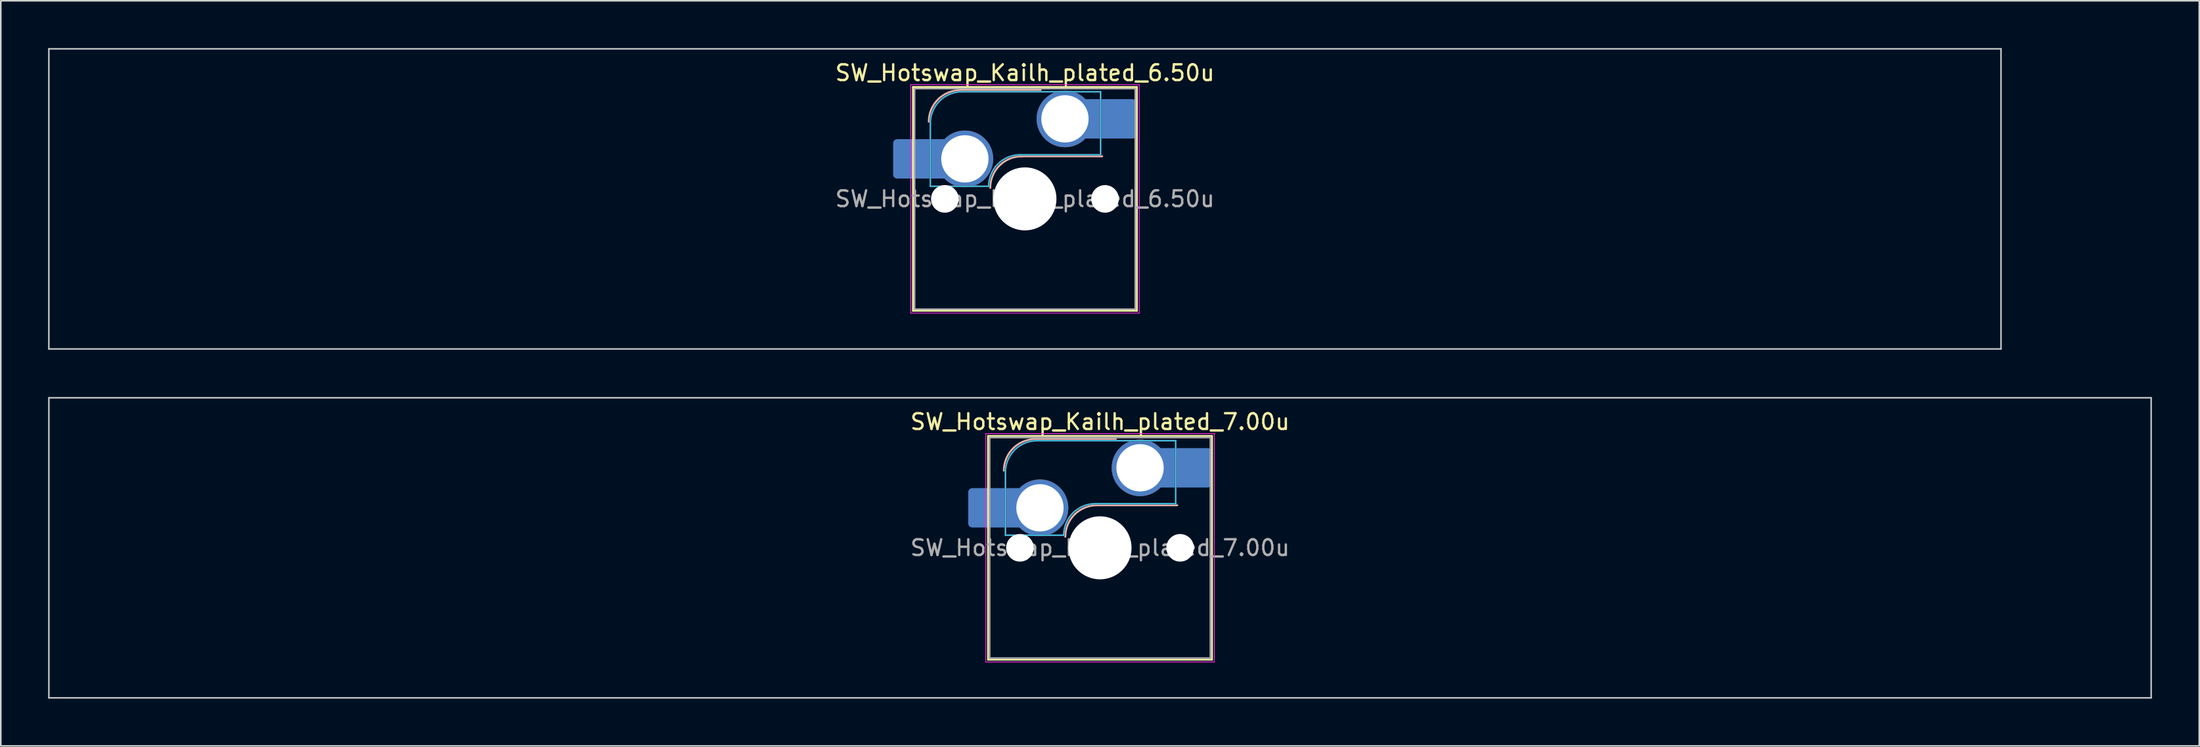
<source format=kicad_pcb>
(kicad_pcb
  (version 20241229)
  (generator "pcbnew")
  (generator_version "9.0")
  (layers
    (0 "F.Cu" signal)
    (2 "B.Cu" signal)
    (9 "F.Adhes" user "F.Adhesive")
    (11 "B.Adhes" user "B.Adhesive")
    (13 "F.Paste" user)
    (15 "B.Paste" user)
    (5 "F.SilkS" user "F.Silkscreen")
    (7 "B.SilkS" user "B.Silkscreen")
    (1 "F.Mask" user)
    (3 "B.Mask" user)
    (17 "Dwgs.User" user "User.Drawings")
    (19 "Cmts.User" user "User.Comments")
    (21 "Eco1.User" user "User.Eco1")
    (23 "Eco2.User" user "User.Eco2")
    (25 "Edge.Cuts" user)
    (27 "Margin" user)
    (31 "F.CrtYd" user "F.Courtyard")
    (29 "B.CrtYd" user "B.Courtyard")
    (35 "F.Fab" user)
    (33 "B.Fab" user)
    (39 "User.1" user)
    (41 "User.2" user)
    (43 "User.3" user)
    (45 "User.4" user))
  (footprint "SW_Hotswap_Kailh_plated_6.50u"
    (layer "F.Cu")
    (at 61.962 9.575)
    (property "Reference" "SW_Hotswap_Kailh_plated_6.50u" (at 0 -8 0) (layer "F.SilkS") (effects (font (size 1 1) (thickness 0.15))))
    (attr smd)
    (fp_line (start -7.1 -7.1) (end -7.1 7.1) (stroke (width 0.12) (type solid)) (layer "F.SilkS"))
    (fp_line (start -7.1 7.1) (end 7.1 7.1) (stroke (width 0.12) (type solid)) (layer "F.SilkS"))
    (fp_line (start 7.1 -7.1) (end -7.1 -7.1) (stroke (width 0.12) (type solid)) (layer "F.SilkS"))
    (fp_line (start 7.1 7.1) (end 7.1 -7.1) (stroke (width 0.12) (type solid)) (layer "F.SilkS"))
    (fp_line (start -4.1 -6.9) (end 1 -6.9) (stroke (width 0.12) (type solid)) (layer "B.SilkS"))
    (fp_line (start -0.2 -2.7) (end 4.9 -2.7) (stroke (width 0.12) (type solid)) (layer "B.SilkS"))
    (fp_arc (start -6.1 -4.9) (mid -5.514214 -6.314214) (end -4.1 -6.9) (stroke (width 0.12) (type solid)) (layer "B.SilkS"))
    (fp_arc (start -2.2 -0.7) (mid -1.614214 -2.114214) (end -0.2 -2.7) (stroke (width 0.12) (type solid)) (layer "B.SilkS"))
    (fp_line (start -61.913 -9.525) (end -61.913 9.525) (stroke (width 0.1) (type solid)) (layer "Dwgs.User"))
    (fp_line (start -61.913 9.525) (end 61.913 9.525) (stroke (width 0.1) (type solid)) (layer "Dwgs.User"))
    (fp_line (start 61.913 -9.525) (end -61.913 -9.525) (stroke (width 0.1) (type solid)) (layer "Dwgs.User"))
    (fp_line (start 61.913 9.525) (end 61.913 -9.525) (stroke (width 0.1) (type solid)) (layer "Dwgs.User"))
    (fp_line (start -7.8 -6) (end -7 -6) (stroke (width 0.1) (type solid)) (layer "Eco1.User"))
    (fp_line (start -7.8 -2.9) (end -7.8 -6) (stroke (width 0.1) (type solid)) (layer "Eco1.User"))
    (fp_line (start -7.8 2.9) (end -7 2.9) (stroke (width 0.1) (type solid)) (layer "Eco1.User"))
    (fp_line (start -7.8 6) (end -7.8 2.9) (stroke (width 0.1) (type solid)) (layer "Eco1.User"))
    (fp_line (start -7 -7) (end 7 -7) (stroke (width 0.1) (type solid)) (layer "Eco1.User"))
    (fp_line (start -7 -6) (end -7 -7) (stroke (width 0.1) (type solid)) (layer "Eco1.User"))
    (fp_line (start -7 -2.9) (end -7.8 -2.9) (stroke (width 0.1) (type solid)) (layer "Eco1.User"))
    (fp_line (start -7 2.9) (end -7 -2.9) (stroke (width 0.1) (type solid)) (layer "Eco1.User"))
    (fp_line (start -7 6) (end -7.8 6) (stroke (width 0.1) (type solid)) (layer "Eco1.User"))
    (fp_line (start -7 7) (end -7 6) (stroke (width 0.1) (type solid)) (layer "Eco1.User"))
    (fp_line (start 7 -7) (end 7 -6) (stroke (width 0.1) (type solid)) (layer "Eco1.User"))
    (fp_line (start 7 -6) (end 7.8 -6) (stroke (width 0.1) (type solid)) (layer "Eco1.User"))
    (fp_line (start 7 -2.9) (end 7 2.9) (stroke (width 0.1) (type solid)) (layer "Eco1.User"))
    (fp_line (start 7 2.9) (end 7.8 2.9) (stroke (width 0.1) (type solid)) (layer "Eco1.User"))
    (fp_line (start 7 6) (end 7 7) (stroke (width 0.1) (type solid)) (layer "Eco1.User"))
    (fp_line (start 7 7) (end -7 7) (stroke (width 0.1) (type solid)) (layer "Eco1.User"))
    (fp_line (start 7.8 -6) (end 7.8 -2.9) (stroke (width 0.1) (type solid)) (layer "Eco1.User"))
    (fp_line (start 7.8 -2.9) (end 7 -2.9) (stroke (width 0.1) (type solid)) (layer "Eco1.User"))
    (fp_line (start 7.8 2.9) (end 7.8 6) (stroke (width 0.1) (type solid)) (layer "Eco1.User"))
    (fp_line (start 7.8 6) (end 7 6) (stroke (width 0.1) (type solid)) (layer "Eco1.User"))
    (fp_line (start -6 -0.8) (end -6 -4.8) (stroke (width 0.05) (type solid)) (layer "B.CrtYd"))
    (fp_line (start -6 -0.8) (end -2.3 -0.8) (stroke (width 0.05) (type solid)) (layer "B.CrtYd"))
    (fp_line (start -4 -6.8) (end 4.8 -6.8) (stroke (width 0.05) (type solid)) (layer "B.CrtYd"))
    (fp_line (start -0.3 -2.8) (end 4.8 -2.8) (stroke (width 0.05) (type solid)) (layer "B.CrtYd"))
    (fp_line (start 4.8 -6.8) (end 4.8 -2.8) (stroke (width 0.05) (type solid)) (layer "B.CrtYd"))
    (fp_arc (start -6 -4.8) (mid -5.414214 -6.214214) (end -4 -6.8) (stroke (width 0.05) (type solid)) (layer "B.CrtYd"))
    (fp_arc (start -2.3 -0.8) (mid -1.714214 -2.214214) (end -0.3 -2.8) (stroke (width 0.05) (type solid)) (layer "B.CrtYd"))
    (fp_line (start -7.25 -7.25) (end -7.25 7.25) (stroke (width 0.05) (type solid)) (layer "F.CrtYd"))
    (fp_line (start -7.25 7.25) (end 7.25 7.25) (stroke (width 0.05) (type solid)) (layer "F.CrtYd"))
    (fp_line (start 7.25 -7.25) (end -7.25 -7.25) (stroke (width 0.05) (type solid)) (layer "F.CrtYd"))
    (fp_line (start 7.25 7.25) (end 7.25 -7.25) (stroke (width 0.05) (type solid)) (layer "F.CrtYd"))
    (fp_line (start -6 -0.8) (end -6 -4.8) (stroke (width 0.12) (type solid)) (layer "B.Fab"))
    (fp_line (start -6 -0.8) (end -2.3 -0.8) (stroke (width 0.12) (type solid)) (layer "B.Fab"))
    (fp_line (start -4 -6.8) (end 4.8 -6.8) (stroke (width 0.12) (type solid)) (layer "B.Fab"))
    (fp_line (start -0.3 -2.8) (end 4.8 -2.8) (stroke (width 0.12) (type solid)) (layer "B.Fab"))
    (fp_line (start 4.8 -6.8) (end 4.8 -2.8) (stroke (width 0.12) (type solid)) (layer "B.Fab"))
    (fp_arc (start -6 -4.8) (mid -5.414214 -6.214214) (end -4 -6.8) (stroke (width 0.12) (type solid)) (layer "B.Fab"))
    (fp_arc (start -2.3 -0.8) (mid -1.714214 -2.214214) (end -0.3 -2.8) (stroke (width 0.12) (type solid)) (layer "B.Fab"))
    (fp_line (start -7 -7) (end -7 7) (stroke (width 0.1) (type solid)) (layer "F.Fab"))
    (fp_line (start -7 7) (end 7 7) (stroke (width 0.1) (type solid)) (layer "F.Fab"))
    (fp_line (start 7 -7) (end -7 -7) (stroke (width 0.1) (type solid)) (layer "F.Fab"))
    (fp_line (start 7 7) (end 7 -7) (stroke (width 0.1) (type solid)) (layer "F.Fab"))
    (fp_text user "${REFERENCE}" (at 0 0 0) (layer "F.Fab") (effects (font (size 1 1) (thickness 0.15))))
    (pad "" smd roundrect (at -7.085 -2.54) (size 2.55 2.5) (layers "B.Mask" "B.Paste") (roundrect_rratio 0.1))
    (pad "" np_thru_hole circle (at -5.08 0) (size 1.75 1.75) (drill 1.75) (layers "*.Cu" "*.Mask"))
    (pad "" np_thru_hole circle (at 0 0) (size 4 4) (drill 4) (layers "*.Cu" "*.Mask"))
    (pad "" np_thru_hole circle (at 5.08 0) (size 1.75 1.75) (drill 1.75) (layers "*.Cu" "*.Mask"))
    (pad "" smd roundrect (at 5.842 -5.08) (size 2.55 2.5) (layers "B.Mask" "B.Paste") (roundrect_rratio 0.1))
    (pad "1" smd roundrect (at -6.585 -2.54) (size 3.55 2.5) (layers "B.Cu") (roundrect_rratio 0.1))
    (pad "1" thru_hole circle (at -3.81 -2.54) (size 3.6 3.6) (drill 3) (layers "*.Cu" "B.Mask"))
    (pad "2" thru_hole circle (at 2.54 -5.08) (size 3.6 3.6) (drill 3) (layers "*.Cu" "B.Mask"))
    (pad "2" smd roundrect (at 5.32 -5.08) (size 3.55 2.5) (layers "B.Cu") (roundrect_rratio 0.1)))
  (footprint "SW_Hotswap_Kailh_plated_7.00u"
    (layer "F.Cu")
    (at 66.725 31.725)
    (property "Reference" "SW_Hotswap_Kailh_plated_7.00u" (at 0 -8 0) (layer "F.SilkS") (effects (font (size 1 1) (thickness 0.15))))
    (attr smd)
    (fp_line (start -7.1 -7.1) (end -7.1 7.1) (stroke (width 0.12) (type solid)) (layer "F.SilkS"))
    (fp_line (start -7.1 7.1) (end 7.1 7.1) (stroke (width 0.12) (type solid)) (layer "F.SilkS"))
    (fp_line (start 7.1 -7.1) (end -7.1 -7.1) (stroke (width 0.12) (type solid)) (layer "F.SilkS"))
    (fp_line (start 7.1 7.1) (end 7.1 -7.1) (stroke (width 0.12) (type solid)) (layer "F.SilkS"))
    (fp_line (start -4.1 -6.9) (end 1 -6.9) (stroke (width 0.12) (type solid)) (layer "B.SilkS"))
    (fp_line (start -0.2 -2.7) (end 4.9 -2.7) (stroke (width 0.12) (type solid)) (layer "B.SilkS"))
    (fp_arc (start -6.1 -4.9) (mid -5.514214 -6.314214) (end -4.1 -6.9) (stroke (width 0.12) (type solid)) (layer "B.SilkS"))
    (fp_arc (start -2.2 -0.7) (mid -1.614214 -2.114214) (end -0.2 -2.7) (stroke (width 0.12) (type solid)) (layer "B.SilkS"))
    (fp_line (start -66.675 -9.525) (end -66.675 9.525) (stroke (width 0.1) (type solid)) (layer "Dwgs.User"))
    (fp_line (start -66.675 9.525) (end 66.675 9.525) (stroke (width 0.1) (type solid)) (layer "Dwgs.User"))
    (fp_line (start 66.675 -9.525) (end -66.675 -9.525) (stroke (width 0.1) (type solid)) (layer "Dwgs.User"))
    (fp_line (start 66.675 9.525) (end 66.675 -9.525) (stroke (width 0.1) (type solid)) (layer "Dwgs.User"))
    (fp_line (start -7.8 -6) (end -7 -6) (stroke (width 0.1) (type solid)) (layer "Eco1.User"))
    (fp_line (start -7.8 -2.9) (end -7.8 -6) (stroke (width 0.1) (type solid)) (layer "Eco1.User"))
    (fp_line (start -7.8 2.9) (end -7 2.9) (stroke (width 0.1) (type solid)) (layer "Eco1.User"))
    (fp_line (start -7.8 6) (end -7.8 2.9) (stroke (width 0.1) (type solid)) (layer "Eco1.User"))
    (fp_line (start -7 -7) (end 7 -7) (stroke (width 0.1) (type solid)) (layer "Eco1.User"))
    (fp_line (start -7 -6) (end -7 -7) (stroke (width 0.1) (type solid)) (layer "Eco1.User"))
    (fp_line (start -7 -2.9) (end -7.8 -2.9) (stroke (width 0.1) (type solid)) (layer "Eco1.User"))
    (fp_line (start -7 2.9) (end -7 -2.9) (stroke (width 0.1) (type solid)) (layer "Eco1.User"))
    (fp_line (start -7 6) (end -7.8 6) (stroke (width 0.1) (type solid)) (layer "Eco1.User"))
    (fp_line (start -7 7) (end -7 6) (stroke (width 0.1) (type solid)) (layer "Eco1.User"))
    (fp_line (start 7 -7) (end 7 -6) (stroke (width 0.1) (type solid)) (layer "Eco1.User"))
    (fp_line (start 7 -6) (end 7.8 -6) (stroke (width 0.1) (type solid)) (layer "Eco1.User"))
    (fp_line (start 7 -2.9) (end 7 2.9) (stroke (width 0.1) (type solid)) (layer "Eco1.User"))
    (fp_line (start 7 2.9) (end 7.8 2.9) (stroke (width 0.1) (type solid)) (layer "Eco1.User"))
    (fp_line (start 7 6) (end 7 7) (stroke (width 0.1) (type solid)) (layer "Eco1.User"))
    (fp_line (start 7 7) (end -7 7) (stroke (width 0.1) (type solid)) (layer "Eco1.User"))
    (fp_line (start 7.8 -6) (end 7.8 -2.9) (stroke (width 0.1) (type solid)) (layer "Eco1.User"))
    (fp_line (start 7.8 -2.9) (end 7 -2.9) (stroke (width 0.1) (type solid)) (layer "Eco1.User"))
    (fp_line (start 7.8 2.9) (end 7.8 6) (stroke (width 0.1) (type solid)) (layer "Eco1.User"))
    (fp_line (start 7.8 6) (end 7 6) (stroke (width 0.1) (type solid)) (layer "Eco1.User"))
    (fp_line (start -6 -0.8) (end -6 -4.8) (stroke (width 0.05) (type solid)) (layer "B.CrtYd"))
    (fp_line (start -6 -0.8) (end -2.3 -0.8) (stroke (width 0.05) (type solid)) (layer "B.CrtYd"))
    (fp_line (start -4 -6.8) (end 4.8 -6.8) (stroke (width 0.05) (type solid)) (layer "B.CrtYd"))
    (fp_line (start -0.3 -2.8) (end 4.8 -2.8) (stroke (width 0.05) (type solid)) (layer "B.CrtYd"))
    (fp_line (start 4.8 -6.8) (end 4.8 -2.8) (stroke (width 0.05) (type solid)) (layer "B.CrtYd"))
    (fp_arc (start -6 -4.8) (mid -5.414214 -6.214214) (end -4 -6.8) (stroke (width 0.05) (type solid)) (layer "B.CrtYd"))
    (fp_arc (start -2.3 -0.8) (mid -1.714214 -2.214214) (end -0.3 -2.8) (stroke (width 0.05) (type solid)) (layer "B.CrtYd"))
    (fp_line (start -7.25 -7.25) (end -7.25 7.25) (stroke (width 0.05) (type solid)) (layer "F.CrtYd"))
    (fp_line (start -7.25 7.25) (end 7.25 7.25) (stroke (width 0.05) (type solid)) (layer "F.CrtYd"))
    (fp_line (start 7.25 -7.25) (end -7.25 -7.25) (stroke (width 0.05) (type solid)) (layer "F.CrtYd"))
    (fp_line (start 7.25 7.25) (end 7.25 -7.25) (stroke (width 0.05) (type solid)) (layer "F.CrtYd"))
    (fp_line (start -6 -0.8) (end -6 -4.8) (stroke (width 0.12) (type solid)) (layer "B.Fab"))
    (fp_line (start -6 -0.8) (end -2.3 -0.8) (stroke (width 0.12) (type solid)) (layer "B.Fab"))
    (fp_line (start -4 -6.8) (end 4.8 -6.8) (stroke (width 0.12) (type solid)) (layer "B.Fab"))
    (fp_line (start -0.3 -2.8) (end 4.8 -2.8) (stroke (width 0.12) (type solid)) (layer "B.Fab"))
    (fp_line (start 4.8 -6.8) (end 4.8 -2.8) (stroke (width 0.12) (type solid)) (layer "B.Fab"))
    (fp_arc (start -6 -4.8) (mid -5.414214 -6.214214) (end -4 -6.8) (stroke (width 0.12) (type solid)) (layer "B.Fab"))
    (fp_arc (start -2.3 -0.8) (mid -1.714214 -2.214214) (end -0.3 -2.8) (stroke (width 0.12) (type solid)) (layer "B.Fab"))
    (fp_line (start -7 -7) (end -7 7) (stroke (width 0.1) (type solid)) (layer "F.Fab"))
    (fp_line (start -7 7) (end 7 7) (stroke (width 0.1) (type solid)) (layer "F.Fab"))
    (fp_line (start 7 -7) (end -7 -7) (stroke (width 0.1) (type solid)) (layer "F.Fab"))
    (fp_line (start 7 7) (end 7 -7) (stroke (width 0.1) (type solid)) (layer "F.Fab"))
    (fp_text user "${REFERENCE}" (at 0 0 0) (layer "F.Fab") (effects (font (size 1 1) (thickness 0.15))))
    (pad "" smd roundrect (at -7.085 -2.54) (size 2.55 2.5) (layers "B.Mask" "B.Paste") (roundrect_rratio 0.1))
    (pad "" np_thru_hole circle (at -5.08 0) (size 1.75 1.75) (drill 1.75) (layers "*.Cu" "*.Mask"))
    (pad "" np_thru_hole circle (at 0 0) (size 4 4) (drill 4) (layers "*.Cu" "*.Mask"))
    (pad "" np_thru_hole circle (at 5.08 0) (size 1.75 1.75) (drill 1.75) (layers "*.Cu" "*.Mask"))
    (pad "" smd roundrect (at 5.842 -5.08) (size 2.55 2.5) (layers "B.Mask" "B.Paste") (roundrect_rratio 0.1))
    (pad "1" smd roundrect (at -6.585 -2.54) (size 3.55 2.5) (layers "B.Cu") (roundrect_rratio 0.1))
    (pad "1" thru_hole circle (at -3.81 -2.54) (size 3.6 3.6) (drill 3) (layers "*.Cu" "B.Mask"))
    (pad "2" thru_hole circle (at 2.54 -5.08) (size 3.6 3.6) (drill 3) (layers "*.Cu" "B.Mask"))
    (pad "2" smd roundrect (at 5.32 -5.08) (size 3.55 2.5) (layers "B.Cu") (roundrect_rratio 0.1)))
  (gr_rect
    (start -3 -3)
    (end 136.45 44.3)
    (stroke (width 0.1) (type default))
    (fill no)
    (layer "Edge.Cuts")))
</source>
